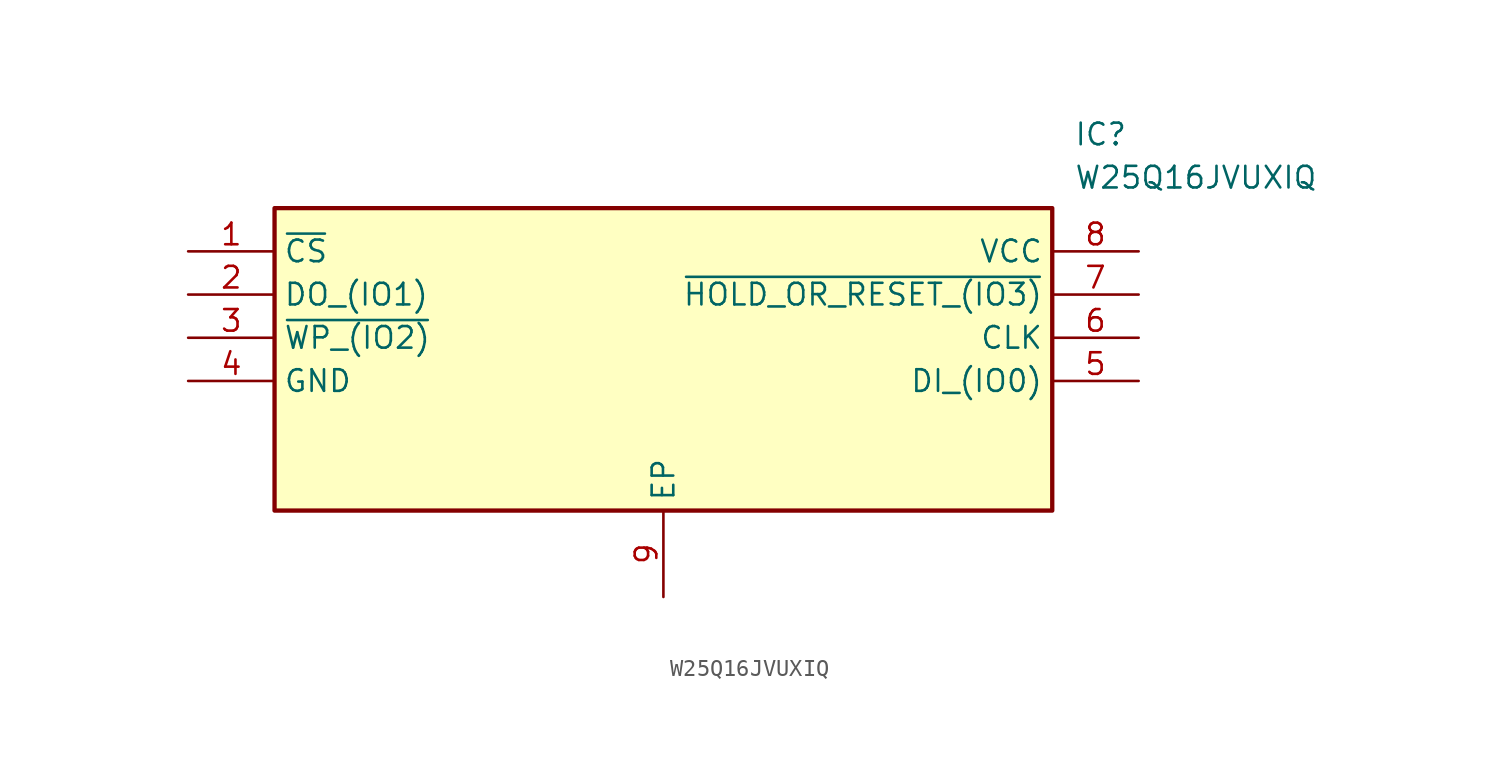
<source format=kicad_sym>
(kicad_symbol_lib
  (version 20211014)
  (generator SamacSys_ECAD_Model)
  (symbol "W25Q16JVUXIQ"
    (property "Reference" "IC"
      (at 52.07 7.62 0)
      (effects (font (size 1.27 1.27)) (justify left top)))
    (property "Value" "W25Q16JVUXIQ"
      (at 52.07 5.08 0)
      (effects (font (size 1.27 1.27)) (justify left top)))
    (rectangle
      (start 5.08 2.54)
      (end 50.8 -15.24)
      (stroke (width 0.254) (type default))
      (fill (type background)))
    (pin passive line
      (at 0 0 0)
      (length 5.08)
      (name "~{CS}" (effects (font (size 1.27 1.27))))
      (number "1" (effects (font (size 1.27 1.27)))))
    (pin passive line
      (at 0 -2.54 0)
      (length 5.08)
      (name "DO_(IO1)" (effects (font (size 1.27 1.27))))
      (number "2" (effects (font (size 1.27 1.27)))))
    (pin passive line
      (at 0 -5.08 0)
      (length 5.08)
      (name "~{WP_(IO2)}" (effects (font (size 1.27 1.27))))
      (number "3" (effects (font (size 1.27 1.27)))))
    (pin passive line
      (at 0 -7.62 0)
      (length 5.08)
      (name "GND" (effects (font (size 1.27 1.27))))
      (number "4" (effects (font (size 1.27 1.27)))))
    (pin passive line
      (at 27.94 -20.32 90)
      (length 5.08)
      (name "EP" (effects (font (size 1.27 1.27))))
      (number "9" (effects (font (size 1.27 1.27)))))
    (pin passive line
      (at 55.88 0 180)
      (length 5.08)
      (name "VCC" (effects (font (size 1.27 1.27))))
      (number "8" (effects (font (size 1.27 1.27)))))
    (pin passive line
      (at 55.88 -2.54 180)
      (length 5.08)
      (name "~{HOLD_OR_RESET_(IO3)}" (effects (font (size 1.27 1.27))))
      (number "7" (effects (font (size 1.27 1.27)))))
    (pin passive line
      (at 55.88 -5.08 180)
      (length 5.08)
      (name "CLK" (effects (font (size 1.27 1.27))))
      (number "6" (effects (font (size 1.27 1.27)))))
    (pin passive line
      (at 55.88 -7.62 180)
      (length 5.08)
      (name "DI_(IO0)" (effects (font (size 1.27 1.27))))
      (number "5" (effects (font (size 1.27 1.27)))))))
</source>
